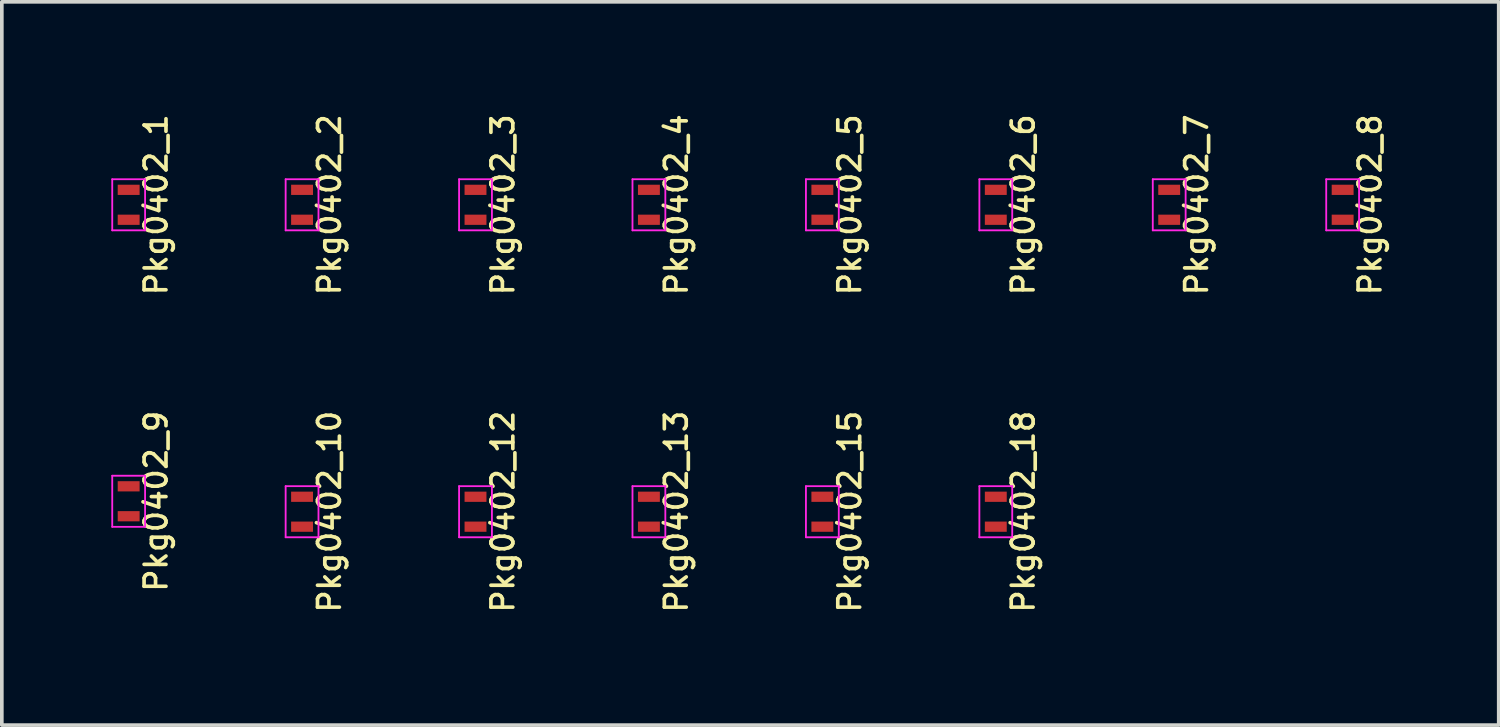
<source format=kicad_pcb>
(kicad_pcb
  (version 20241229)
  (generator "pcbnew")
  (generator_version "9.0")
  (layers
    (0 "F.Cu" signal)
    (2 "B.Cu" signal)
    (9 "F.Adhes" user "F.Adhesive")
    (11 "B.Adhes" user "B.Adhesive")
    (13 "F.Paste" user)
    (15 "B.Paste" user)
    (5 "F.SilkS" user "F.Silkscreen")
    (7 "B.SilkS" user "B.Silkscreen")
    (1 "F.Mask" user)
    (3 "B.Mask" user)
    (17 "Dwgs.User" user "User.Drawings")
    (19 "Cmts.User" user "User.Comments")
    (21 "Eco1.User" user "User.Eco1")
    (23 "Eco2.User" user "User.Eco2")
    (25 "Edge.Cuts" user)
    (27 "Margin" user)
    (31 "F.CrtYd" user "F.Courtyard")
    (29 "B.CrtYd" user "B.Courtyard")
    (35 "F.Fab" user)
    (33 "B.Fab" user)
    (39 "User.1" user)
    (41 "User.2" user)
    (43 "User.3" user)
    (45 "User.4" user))
  (footprint "Pkg0402_9"
    (layer "F.Cu")
    (at 0.475 10.684)
    (property "Reference" "Pkg0402_9" (at 0.75 0 90) (layer "F.SilkS") (effects (font (size 0.6 0.6) (thickness 0.1))))
    (fp_line (start -0.45 -0.7) (end -0.45 0.7) (stroke (width 0.05) (type solid)) (layer "F.CrtYd"))
    (fp_line (start -0.45 0.7) (end 0.45 0.7) (stroke (width 0.05) (type solid)) (layer "F.CrtYd"))
    (fp_line (start 0.45 -0.7) (end -0.45 -0.7) (stroke (width 0.05) (type solid)) (layer "F.CrtYd"))
    (fp_line (start 0.45 0.7) (end 0.45 -0.7) (stroke (width 0.05) (type solid)) (layer "F.CrtYd"))
    (pad "1" smd rect (at 0 -0.41) (size 0.6 0.28) (layers "F.Cu" "F.Mask" "F.Paste"))
    (pad "2" smd rect (at 0 0.41) (size 0.6 0.28) (layers "F.Cu" "F.Mask" "F.Paste")))
  (footprint "Pkg0402_7"
    (layer "F.Cu")
    (at 28.984 2.561)
    (property "Reference" "Pkg0402_7" (at 0.75 0 90) (layer "F.SilkS") (effects (font (size 0.6 0.6) (thickness 0.1))))
    (fp_line (start -0.45 -0.7) (end -0.45 0.7) (stroke (width 0.05) (type solid)) (layer "F.CrtYd"))
    (fp_line (start -0.45 0.7) (end 0.45 0.7) (stroke (width 0.05) (type solid)) (layer "F.CrtYd"))
    (fp_line (start 0.45 -0.7) (end -0.45 -0.7) (stroke (width 0.05) (type solid)) (layer "F.CrtYd"))
    (fp_line (start 0.45 0.7) (end 0.45 -0.7) (stroke (width 0.05) (type solid)) (layer "F.CrtYd"))
    (pad "1" smd rect (at 0 -0.41) (size 0.6 0.28) (layers "F.Cu" "F.Mask" "F.Paste"))
    (pad "2" smd rect (at 0 0.41) (size 0.6 0.28) (layers "F.Cu" "F.Mask" "F.Paste")))
  (footprint "Pkg0402_1"
    (layer "F.Cu")
    (at 0.475 2.561)
    (property "Reference" "Pkg0402_1" (at 0.75 0 90) (layer "F.SilkS") (effects (font (size 0.6 0.6) (thickness 0.1))))
    (fp_line (start -0.45 -0.7) (end -0.45 0.7) (stroke (width 0.05) (type solid)) (layer "F.CrtYd"))
    (fp_line (start -0.45 0.7) (end 0.45 0.7) (stroke (width 0.05) (type solid)) (layer "F.CrtYd"))
    (fp_line (start 0.45 -0.7) (end -0.45 -0.7) (stroke (width 0.05) (type solid)) (layer "F.CrtYd"))
    (fp_line (start 0.45 0.7) (end 0.45 -0.7) (stroke (width 0.05) (type solid)) (layer "F.CrtYd"))
    (pad "1" smd rect (at 0 -0.41) (size 0.6 0.28) (layers "F.Cu" "F.Mask" "F.Paste"))
    (pad "2" smd rect (at 0 0.41) (size 0.6 0.28) (layers "F.Cu" "F.Mask" "F.Paste")))
  (footprint "Pkg0402_10"
    (layer "F.Cu")
    (at 5.226 10.97)
    (property "Reference" "Pkg0402_10" (at 0.75 0 90) (layer "F.SilkS") (effects (font (size 0.6 0.6) (thickness 0.1))))
    (fp_line (start -0.45 -0.7) (end -0.45 0.7) (stroke (width 0.05) (type solid)) (layer "F.CrtYd"))
    (fp_line (start -0.45 0.7) (end 0.45 0.7) (stroke (width 0.05) (type solid)) (layer "F.CrtYd"))
    (fp_line (start 0.45 -0.7) (end -0.45 -0.7) (stroke (width 0.05) (type solid)) (layer "F.CrtYd"))
    (fp_line (start 0.45 0.7) (end 0.45 -0.7) (stroke (width 0.05) (type solid)) (layer "F.CrtYd"))
    (pad "1" smd rect (at 0 -0.41) (size 0.6 0.28) (layers "F.Cu" "F.Mask" "F.Paste"))
    (pad "2" smd rect (at 0 0.41) (size 0.6 0.28) (layers "F.Cu" "F.Mask" "F.Paste")))
  (footprint "Pkg0402_3"
    (layer "F.Cu")
    (at 9.978 2.561)
    (property "Reference" "Pkg0402_3" (at 0.75 0 90) (layer "F.SilkS") (effects (font (size 0.6 0.6) (thickness 0.1))))
    (fp_line (start -0.45 -0.7) (end -0.45 0.7) (stroke (width 0.05) (type solid)) (layer "F.CrtYd"))
    (fp_line (start -0.45 0.7) (end 0.45 0.7) (stroke (width 0.05) (type solid)) (layer "F.CrtYd"))
    (fp_line (start 0.45 -0.7) (end -0.45 -0.7) (stroke (width 0.05) (type solid)) (layer "F.CrtYd"))
    (fp_line (start 0.45 0.7) (end 0.45 -0.7) (stroke (width 0.05) (type solid)) (layer "F.CrtYd"))
    (pad "1" smd rect (at 0 -0.41) (size 0.6 0.28) (layers "F.Cu" "F.Mask" "F.Paste"))
    (pad "2" smd rect (at 0 0.41) (size 0.6 0.28) (layers "F.Cu" "F.Mask" "F.Paste")))
  (footprint "Pkg0402_6"
    (layer "F.Cu")
    (at 24.233 2.561)
    (property "Reference" "Pkg0402_6" (at 0.75 0 90) (layer "F.SilkS") (effects (font (size 0.6 0.6) (thickness 0.1))))
    (fp_line (start -0.45 -0.7) (end -0.45 0.7) (stroke (width 0.05) (type solid)) (layer "F.CrtYd"))
    (fp_line (start -0.45 0.7) (end 0.45 0.7) (stroke (width 0.05) (type solid)) (layer "F.CrtYd"))
    (fp_line (start 0.45 -0.7) (end -0.45 -0.7) (stroke (width 0.05) (type solid)) (layer "F.CrtYd"))
    (fp_line (start 0.45 0.7) (end 0.45 -0.7) (stroke (width 0.05) (type solid)) (layer "F.CrtYd"))
    (pad "1" smd rect (at 0 -0.41) (size 0.6 0.28) (layers "F.Cu" "F.Mask" "F.Paste"))
    (pad "2" smd rect (at 0 0.41) (size 0.6 0.28) (layers "F.Cu" "F.Mask" "F.Paste")))
  (footprint "Pkg0402_4"
    (layer "F.Cu")
    (at 14.729 2.561)
    (property "Reference" "Pkg0402_4" (at 0.75 0 90) (layer "F.SilkS") (effects (font (size 0.6 0.6) (thickness 0.1))))
    (fp_line (start -0.45 -0.7) (end -0.45 0.7) (stroke (width 0.05) (type solid)) (layer "F.CrtYd"))
    (fp_line (start -0.45 0.7) (end 0.45 0.7) (stroke (width 0.05) (type solid)) (layer "F.CrtYd"))
    (fp_line (start 0.45 -0.7) (end -0.45 -0.7) (stroke (width 0.05) (type solid)) (layer "F.CrtYd"))
    (fp_line (start 0.45 0.7) (end 0.45 -0.7) (stroke (width 0.05) (type solid)) (layer "F.CrtYd"))
    (pad "1" smd rect (at 0 0.41) (size 0.6 0.28) (layers "F.Cu" "F.Mask" "F.Paste"))
    (pad "2" smd rect (at 0 -0.41) (size 0.6 0.28) (layers "F.Cu" "F.Mask" "F.Paste")))
  (footprint "Pkg0402_5"
    (layer "F.Cu")
    (at 19.481 2.561)
    (property "Reference" "Pkg0402_5" (at 0.75 0 90) (layer "F.SilkS") (effects (font (size 0.6 0.6) (thickness 0.1))))
    (fp_line (start -0.45 -0.7) (end -0.45 0.7) (stroke (width 0.05) (type solid)) (layer "F.CrtYd"))
    (fp_line (start -0.45 0.7) (end 0.45 0.7) (stroke (width 0.05) (type solid)) (layer "F.CrtYd"))
    (fp_line (start 0.45 -0.7) (end -0.45 -0.7) (stroke (width 0.05) (type solid)) (layer "F.CrtYd"))
    (fp_line (start 0.45 0.7) (end 0.45 -0.7) (stroke (width 0.05) (type solid)) (layer "F.CrtYd"))
    (pad "1" smd rect (at 0 -0.41) (size 0.6 0.28) (layers "F.Cu" "F.Mask" "F.Paste"))
    (pad "2" smd rect (at 0 0.41) (size 0.6 0.28) (layers "F.Cu" "F.Mask" "F.Paste")))
  (footprint "Pkg0402_15"
    (layer "F.Cu")
    (at 19.481 10.97)
    (property "Reference" "Pkg0402_15" (at 0.75 0 90) (layer "F.SilkS") (effects (font (size 0.6 0.6) (thickness 0.1))))
    (fp_line (start -0.45 -0.7) (end -0.45 0.7) (stroke (width 0.05) (type solid)) (layer "F.CrtYd"))
    (fp_line (start -0.45 0.7) (end 0.45 0.7) (stroke (width 0.05) (type solid)) (layer "F.CrtYd"))
    (fp_line (start 0.45 -0.7) (end -0.45 -0.7) (stroke (width 0.05) (type solid)) (layer "F.CrtYd"))
    (fp_line (start 0.45 0.7) (end 0.45 -0.7) (stroke (width 0.05) (type solid)) (layer "F.CrtYd"))
    (pad "1" smd rect (at 0 -0.41) (size 0.6 0.28) (layers "F.Cu" "F.Mask" "F.Paste"))
    (pad "2" smd rect (at 0 0.41) (size 0.6 0.28) (layers "F.Cu" "F.Mask" "F.Paste")))
  (footprint "Pkg0402_8"
    (layer "F.Cu")
    (at 33.736 2.561)
    (property "Reference" "Pkg0402_8" (at 0.75 0 90) (layer "F.SilkS") (effects (font (size 0.6 0.6) (thickness 0.1))))
    (fp_line (start -0.45 -0.7) (end -0.45 0.7) (stroke (width 0.05) (type solid)) (layer "F.CrtYd"))
    (fp_line (start -0.45 0.7) (end 0.45 0.7) (stroke (width 0.05) (type solid)) (layer "F.CrtYd"))
    (fp_line (start 0.45 -0.7) (end -0.45 -0.7) (stroke (width 0.05) (type solid)) (layer "F.CrtYd"))
    (fp_line (start 0.45 0.7) (end 0.45 -0.7) (stroke (width 0.05) (type solid)) (layer "F.CrtYd"))
    (pad "1" smd rect (at 0 0.41) (size 0.6 0.28) (layers "F.Cu" "F.Mask" "F.Paste"))
    (pad "2" smd rect (at 0 -0.41) (size 0.6 0.28) (layers "F.Cu" "F.Mask" "F.Paste")))
  (footprint "Pkg0402_12"
    (layer "F.Cu")
    (at 9.978 10.97)
    (property "Reference" "Pkg0402_12" (at 0.75 0 90) (layer "F.SilkS") (effects (font (size 0.6 0.6) (thickness 0.1))))
    (fp_line (start -0.45 -0.7) (end -0.45 0.7) (stroke (width 0.05) (type solid)) (layer "F.CrtYd"))
    (fp_line (start -0.45 0.7) (end 0.45 0.7) (stroke (width 0.05) (type solid)) (layer "F.CrtYd"))
    (fp_line (start 0.45 -0.7) (end -0.45 -0.7) (stroke (width 0.05) (type solid)) (layer "F.CrtYd"))
    (fp_line (start 0.45 0.7) (end 0.45 -0.7) (stroke (width 0.05) (type solid)) (layer "F.CrtYd"))
    (pad "1" smd rect (at 0 -0.41) (size 0.6 0.28) (layers "F.Cu" "F.Mask" "F.Paste"))
    (pad "2" smd rect (at 0 0.41) (size 0.6 0.28) (layers "F.Cu" "F.Mask" "F.Paste")))
  (footprint "Pkg0402_13"
    (layer "F.Cu")
    (at 14.729 10.97)
    (property "Reference" "Pkg0402_13" (at 0.75 0 90) (layer "F.SilkS") (effects (font (size 0.6 0.6) (thickness 0.1))))
    (fp_line (start -0.45 -0.7) (end -0.45 0.7) (stroke (width 0.05) (type solid)) (layer "F.CrtYd"))
    (fp_line (start -0.45 0.7) (end 0.45 0.7) (stroke (width 0.05) (type solid)) (layer "F.CrtYd"))
    (fp_line (start 0.45 -0.7) (end -0.45 -0.7) (stroke (width 0.05) (type solid)) (layer "F.CrtYd"))
    (fp_line (start 0.45 0.7) (end 0.45 -0.7) (stroke (width 0.05) (type solid)) (layer "F.CrtYd"))
    (pad "1" smd rect (at 0 -0.41) (size 0.6 0.28) (layers "F.Cu" "F.Mask" "F.Paste"))
    (pad "2" smd rect (at 0 0.41) (size 0.6 0.28) (layers "F.Cu" "F.Mask" "F.Paste")))
  (footprint "Pkg0402_18"
    (layer "F.Cu")
    (at 24.233 10.97)
    (property "Reference" "Pkg0402_18" (at 0.75 0 90) (layer "F.SilkS") (effects (font (size 0.6 0.6) (thickness 0.1))))
    (fp_line (start -0.45 -0.7) (end -0.45 0.7) (stroke (width 0.05) (type solid)) (layer "F.CrtYd"))
    (fp_line (start -0.45 0.7) (end 0.45 0.7) (stroke (width 0.05) (type solid)) (layer "F.CrtYd"))
    (fp_line (start 0.45 -0.7) (end -0.45 -0.7) (stroke (width 0.05) (type solid)) (layer "F.CrtYd"))
    (fp_line (start 0.45 0.7) (end 0.45 -0.7) (stroke (width 0.05) (type solid)) (layer "F.CrtYd"))
    (pad "1" smd rect (at 0 -0.41) (size 0.6 0.28) (layers "F.Cu" "F.Mask" "F.Paste"))
    (pad "2" smd rect (at 0 0.41) (size 0.6 0.28) (layers "F.Cu" "F.Mask" "F.Paste")))
  (footprint "Pkg0402_2"
    (layer "F.Cu")
    (at 5.226 2.561)
    (property "Reference" "Pkg0402_2" (at 0.75 0 90) (layer "F.SilkS") (effects (font (size 0.6 0.6) (thickness 0.1))))
    (fp_line (start -0.45 -0.7) (end -0.45 0.7) (stroke (width 0.05) (type solid)) (layer "F.CrtYd"))
    (fp_line (start -0.45 0.7) (end 0.45 0.7) (stroke (width 0.05) (type solid)) (layer "F.CrtYd"))
    (fp_line (start 0.45 -0.7) (end -0.45 -0.7) (stroke (width 0.05) (type solid)) (layer "F.CrtYd"))
    (fp_line (start 0.45 0.7) (end 0.45 -0.7) (stroke (width 0.05) (type solid)) (layer "F.CrtYd"))
    (pad "1" smd rect (at 0 -0.41) (size 0.6 0.28) (layers "F.Cu" "F.Mask" "F.Paste"))
    (pad "2" smd rect (at 0 0.41) (size 0.6 0.28) (layers "F.Cu" "F.Mask" "F.Paste")))
  (gr_rect
    (start -3 -3)
    (end 38.012 16.817)
    (stroke (width 0.1) (type default))
    (fill no)
    (layer "Edge.Cuts")))
</source>
